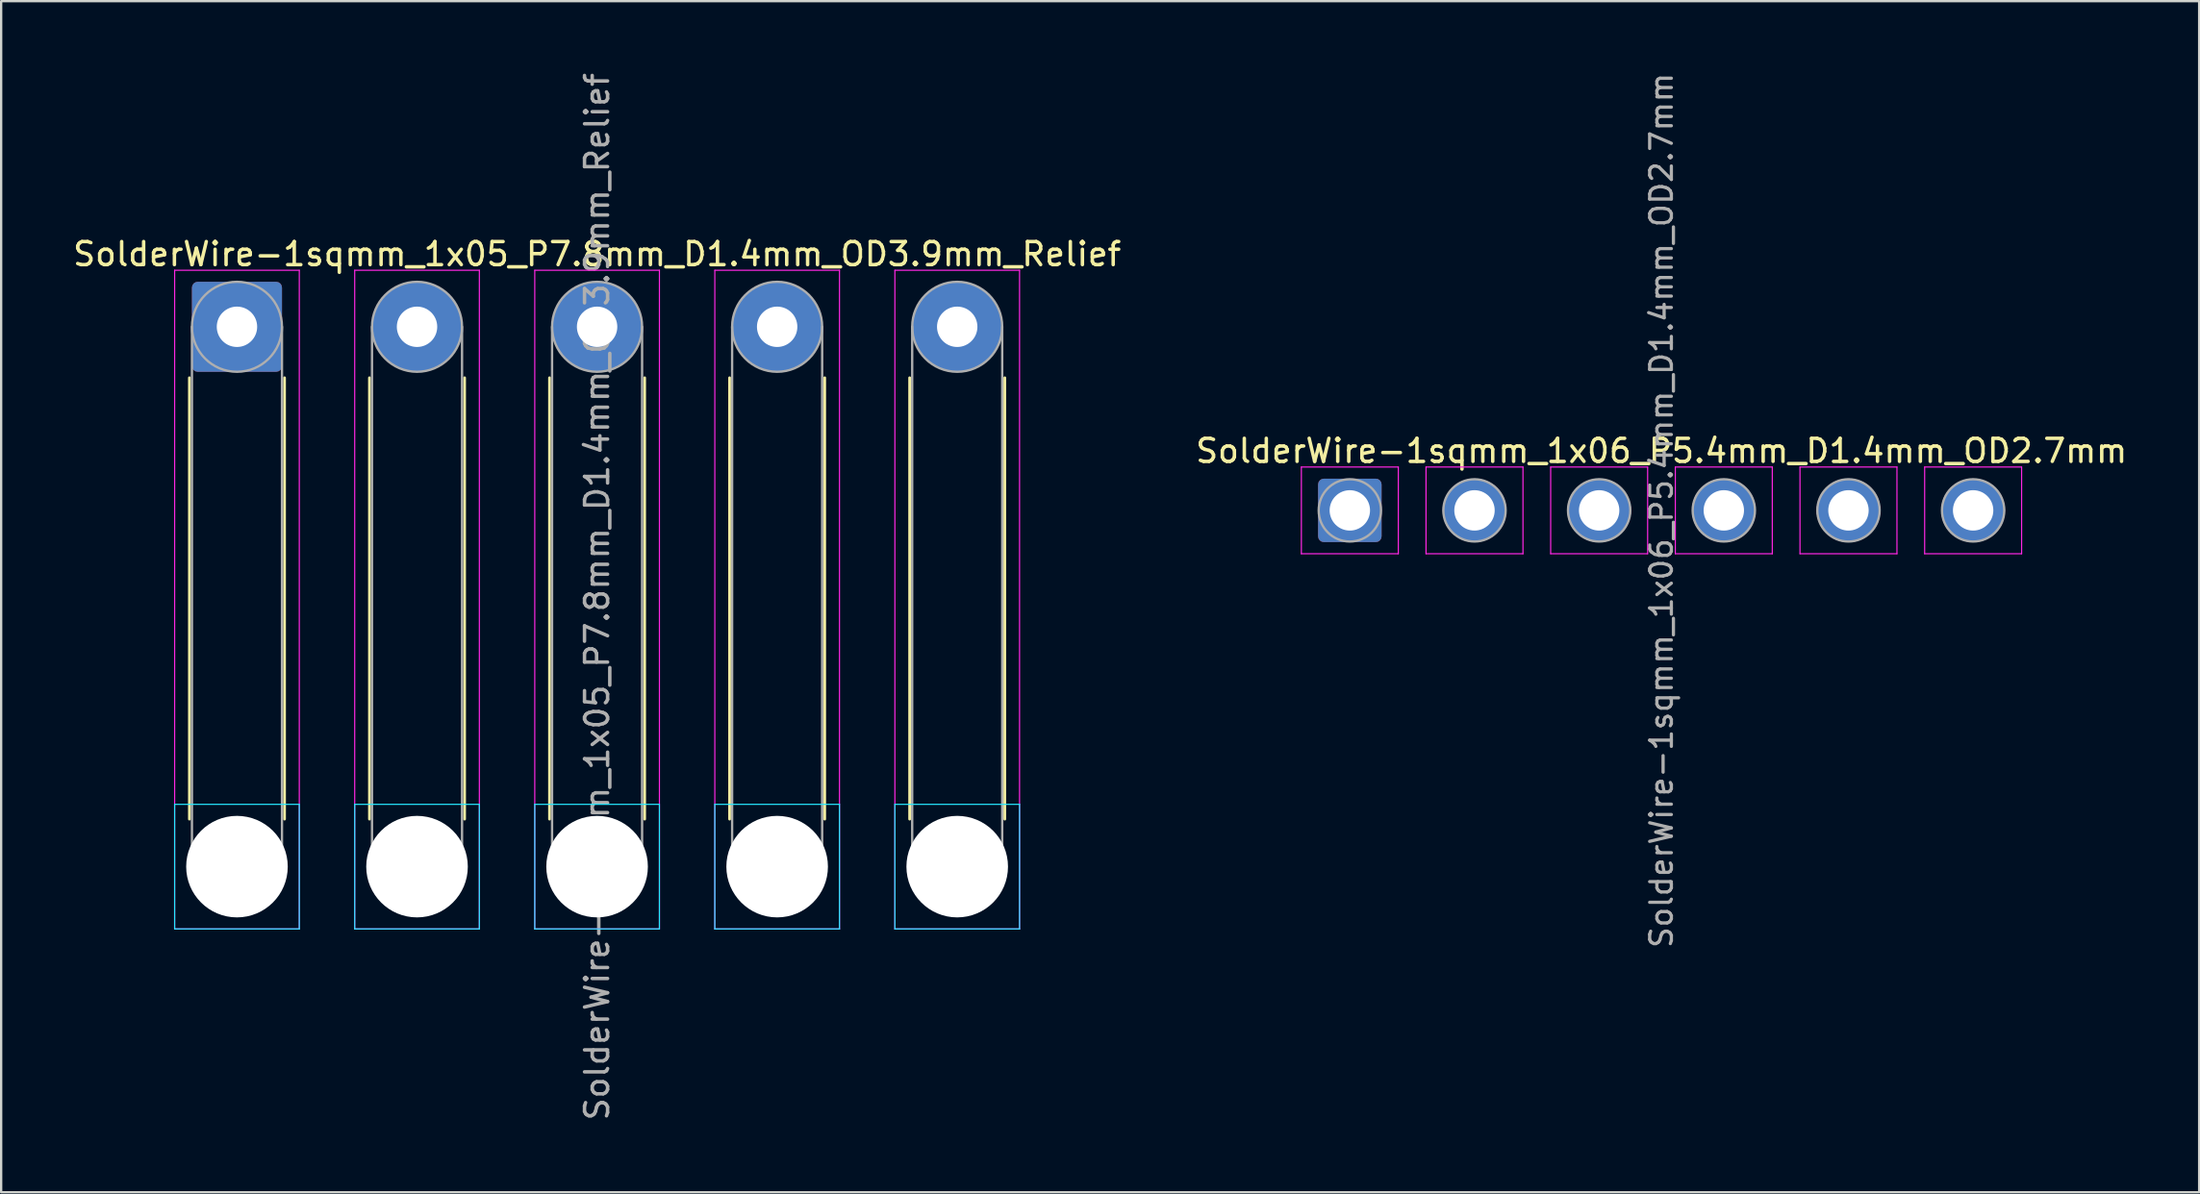
<source format=kicad_pcb>
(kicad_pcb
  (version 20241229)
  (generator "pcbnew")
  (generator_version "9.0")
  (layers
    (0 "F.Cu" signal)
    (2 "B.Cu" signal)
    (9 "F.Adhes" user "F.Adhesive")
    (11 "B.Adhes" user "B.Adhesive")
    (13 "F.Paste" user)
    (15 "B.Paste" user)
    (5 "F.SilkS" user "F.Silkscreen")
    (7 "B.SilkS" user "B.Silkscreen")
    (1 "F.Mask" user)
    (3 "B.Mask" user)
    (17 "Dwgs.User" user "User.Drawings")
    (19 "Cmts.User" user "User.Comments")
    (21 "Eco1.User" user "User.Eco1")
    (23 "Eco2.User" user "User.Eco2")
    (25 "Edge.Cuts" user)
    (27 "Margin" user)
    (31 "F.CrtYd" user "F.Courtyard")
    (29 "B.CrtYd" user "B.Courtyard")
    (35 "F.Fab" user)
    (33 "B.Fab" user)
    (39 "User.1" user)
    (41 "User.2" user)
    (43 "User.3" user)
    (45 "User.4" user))
  (footprint "SolderWire-1sqmm_1x06_P5.4mm_D1.4mm_OD2.7mm"
    (layer "F.Cu")
    (at 55.423 19.073)
    (property "Reference" "SolderWire-1sqmm_1x06_P5.4mm_D1.4mm_OD2.7mm" (at 13.5 -2.58 0) (layer "F.SilkS") (effects (font (size 1 1) (thickness 0.15))))
    (attr exclude_from_pos_files exclude_from_bom)
    (fp_line (start -2.1 -1.88) (end -2.1 1.88) (stroke (width 0.05) (type solid)) (layer "F.CrtYd"))
    (fp_line (start -2.1 1.88) (end 2.1 1.88) (stroke (width 0.05) (type solid)) (layer "F.CrtYd"))
    (fp_line (start 2.1 -1.88) (end -2.1 -1.88) (stroke (width 0.05) (type solid)) (layer "F.CrtYd"))
    (fp_line (start 2.1 1.88) (end 2.1 -1.88) (stroke (width 0.05) (type solid)) (layer "F.CrtYd"))
    (fp_line (start 3.3 -1.88) (end 3.3 1.88) (stroke (width 0.05) (type solid)) (layer "F.CrtYd"))
    (fp_line (start 3.3 1.88) (end 7.5 1.88) (stroke (width 0.05) (type solid)) (layer "F.CrtYd"))
    (fp_line (start 7.5 -1.88) (end 3.3 -1.88) (stroke (width 0.05) (type solid)) (layer "F.CrtYd"))
    (fp_line (start 7.5 1.88) (end 7.5 -1.88) (stroke (width 0.05) (type solid)) (layer "F.CrtYd"))
    (fp_line (start 8.7 -1.88) (end 8.7 1.88) (stroke (width 0.05) (type solid)) (layer "F.CrtYd"))
    (fp_line (start 8.7 1.88) (end 12.9 1.88) (stroke (width 0.05) (type solid)) (layer "F.CrtYd"))
    (fp_line (start 12.9 -1.88) (end 8.7 -1.88) (stroke (width 0.05) (type solid)) (layer "F.CrtYd"))
    (fp_line (start 12.9 1.88) (end 12.9 -1.88) (stroke (width 0.05) (type solid)) (layer "F.CrtYd"))
    (fp_line (start 14.1 -1.88) (end 14.1 1.88) (stroke (width 0.05) (type solid)) (layer "F.CrtYd"))
    (fp_line (start 14.1 1.88) (end 18.3 1.88) (stroke (width 0.05) (type solid)) (layer "F.CrtYd"))
    (fp_line (start 18.3 -1.88) (end 14.1 -1.88) (stroke (width 0.05) (type solid)) (layer "F.CrtYd"))
    (fp_line (start 18.3 1.88) (end 18.3 -1.88) (stroke (width 0.05) (type solid)) (layer "F.CrtYd"))
    (fp_line (start 19.5 -1.88) (end 19.5 1.88) (stroke (width 0.05) (type solid)) (layer "F.CrtYd"))
    (fp_line (start 19.5 1.88) (end 23.7 1.88) (stroke (width 0.05) (type solid)) (layer "F.CrtYd"))
    (fp_line (start 23.7 -1.88) (end 19.5 -1.88) (stroke (width 0.05) (type solid)) (layer "F.CrtYd"))
    (fp_line (start 23.7 1.88) (end 23.7 -1.88) (stroke (width 0.05) (type solid)) (layer "F.CrtYd"))
    (fp_line (start 24.9 -1.88) (end 24.9 1.88) (stroke (width 0.05) (type solid)) (layer "F.CrtYd"))
    (fp_line (start 24.9 1.88) (end 29.1 1.88) (stroke (width 0.05) (type solid)) (layer "F.CrtYd"))
    (fp_line (start 29.1 -1.88) (end 24.9 -1.88) (stroke (width 0.05) (type solid)) (layer "F.CrtYd"))
    (fp_line (start 29.1 1.88) (end 29.1 -1.88) (stroke (width 0.05) (type solid)) (layer "F.CrtYd"))
    (fp_circle (center 0 0) (end 1.35 0) (stroke (width 0.1) (type solid)) (fill no) (layer "F.Fab"))
    (fp_circle (center 5.4 0) (end 6.75 0) (stroke (width 0.1) (type solid)) (fill no) (layer "F.Fab"))
    (fp_circle (center 10.8 0) (end 12.15 0) (stroke (width 0.1) (type solid)) (fill no) (layer "F.Fab"))
    (fp_circle (center 16.2 0) (end 17.55 0) (stroke (width 0.1) (type solid)) (fill no) (layer "F.Fab"))
    (fp_circle (center 21.6 0) (end 22.95 0) (stroke (width 0.1) (type solid)) (fill no) (layer "F.Fab"))
    (fp_circle (center 27 0) (end 28.35 0) (stroke (width 0.1) (type solid)) (fill no) (layer "F.Fab"))
    (fp_text user "${REFERENCE}" (at 13.5 0 90) (layer "F.Fab") (effects (font (size 0.94 0.94) (thickness 0.14))))
    (pad "1" thru_hole roundrect (at 0 0) (size 2.75 2.75) (drill 1.75) (layers "*.Cu" "*.Mask") (roundrect_rratio 0.091))
    (pad "2" thru_hole circle (at 5.4 0) (size 2.75 2.75) (drill 1.75) (layers "*.Cu" "*.Mask"))
    (pad "3" thru_hole circle (at 10.8 0) (size 2.75 2.75) (drill 1.75) (layers "*.Cu" "*.Mask"))
    (pad "4" thru_hole circle (at 16.2 0) (size 2.75 2.75) (drill 1.75) (layers "*.Cu" "*.Mask"))
    (pad "5" thru_hole circle (at 21.6 0) (size 2.75 2.75) (drill 1.75) (layers "*.Cu" "*.Mask"))
    (pad "6" thru_hole circle (at 27 0) (size 2.75 2.75) (drill 1.75) (layers "*.Cu" "*.Mask")))
  (footprint "SolderWire-1sqmm_1x05_P7.8mm_D1.4mm_OD3.9mm_Relief"
    (layer "F.Cu")
    (at 7.215 11.115)
    (property "Reference" "SolderWire-1sqmm_1x05_P7.8mm_D1.4mm_OD3.9mm_Relief" (at 15.6 -3.15 0) (layer "F.SilkS") (effects (font (size 1 1) (thickness 0.15))))
    (attr exclude_from_pos_files exclude_from_bom)
    (fp_line (start -2.06 2.21) (end -2.06 21.34) (stroke (width 0.12) (type solid)) (layer "F.SilkS"))
    (fp_line (start 2.06 2.21) (end 2.06 21.34) (stroke (width 0.12) (type solid)) (layer "F.SilkS"))
    (fp_line (start 5.74 2.21) (end 5.74 21.34) (stroke (width 0.12) (type solid)) (layer "F.SilkS"))
    (fp_line (start 9.86 2.21) (end 9.86 21.34) (stroke (width 0.12) (type solid)) (layer "F.SilkS"))
    (fp_line (start 13.54 2.21) (end 13.54 21.34) (stroke (width 0.12) (type solid)) (layer "F.SilkS"))
    (fp_line (start 17.66 2.21) (end 17.66 21.34) (stroke (width 0.12) (type solid)) (layer "F.SilkS"))
    (fp_line (start 21.34 2.21) (end 21.34 21.34) (stroke (width 0.12) (type solid)) (layer "F.SilkS"))
    (fp_line (start 25.46 2.21) (end 25.46 21.34) (stroke (width 0.12) (type solid)) (layer "F.SilkS"))
    (fp_line (start 29.14 2.21) (end 29.14 21.34) (stroke (width 0.12) (type solid)) (layer "F.SilkS"))
    (fp_line (start 33.26 2.21) (end 33.26 21.34) (stroke (width 0.12) (type solid)) (layer "F.SilkS"))
    (fp_line (start -2.7 20.7) (end -2.7 26.1) (stroke (width 0.05) (type solid)) (layer "B.CrtYd"))
    (fp_line (start -2.7 26.1) (end 2.7 26.1) (stroke (width 0.05) (type solid)) (layer "B.CrtYd"))
    (fp_line (start 2.7 20.7) (end -2.7 20.7) (stroke (width 0.05) (type solid)) (layer "B.CrtYd"))
    (fp_line (start 2.7 26.1) (end 2.7 20.7) (stroke (width 0.05) (type solid)) (layer "B.CrtYd"))
    (fp_line (start 5.1 20.7) (end 5.1 26.1) (stroke (width 0.05) (type solid)) (layer "B.CrtYd"))
    (fp_line (start 5.1 26.1) (end 10.5 26.1) (stroke (width 0.05) (type solid)) (layer "B.CrtYd"))
    (fp_line (start 10.5 20.7) (end 5.1 20.7) (stroke (width 0.05) (type solid)) (layer "B.CrtYd"))
    (fp_line (start 10.5 26.1) (end 10.5 20.7) (stroke (width 0.05) (type solid)) (layer "B.CrtYd"))
    (fp_line (start 12.9 20.7) (end 12.9 26.1) (stroke (width 0.05) (type solid)) (layer "B.CrtYd"))
    (fp_line (start 12.9 26.1) (end 18.3 26.1) (stroke (width 0.05) (type solid)) (layer "B.CrtYd"))
    (fp_line (start 18.3 20.7) (end 12.9 20.7) (stroke (width 0.05) (type solid)) (layer "B.CrtYd"))
    (fp_line (start 18.3 26.1) (end 18.3 20.7) (stroke (width 0.05) (type solid)) (layer "B.CrtYd"))
    (fp_line (start 20.7 20.7) (end 20.7 26.1) (stroke (width 0.05) (type solid)) (layer "B.CrtYd"))
    (fp_line (start 20.7 26.1) (end 26.1 26.1) (stroke (width 0.05) (type solid)) (layer "B.CrtYd"))
    (fp_line (start 26.1 20.7) (end 20.7 20.7) (stroke (width 0.05) (type solid)) (layer "B.CrtYd"))
    (fp_line (start 26.1 26.1) (end 26.1 20.7) (stroke (width 0.05) (type solid)) (layer "B.CrtYd"))
    (fp_line (start 28.5 20.7) (end 28.5 26.1) (stroke (width 0.05) (type solid)) (layer "B.CrtYd"))
    (fp_line (start 28.5 26.1) (end 33.9 26.1) (stroke (width 0.05) (type solid)) (layer "B.CrtYd"))
    (fp_line (start 33.9 20.7) (end 28.5 20.7) (stroke (width 0.05) (type solid)) (layer "B.CrtYd"))
    (fp_line (start 33.9 26.1) (end 33.9 20.7) (stroke (width 0.05) (type solid)) (layer "B.CrtYd"))
    (fp_line (start -2.7 -2.45) (end -2.7 26.1) (stroke (width 0.05) (type solid)) (layer "F.CrtYd"))
    (fp_line (start -2.7 26.1) (end 2.7 26.1) (stroke (width 0.05) (type solid)) (layer "F.CrtYd"))
    (fp_line (start 2.7 -2.45) (end -2.7 -2.45) (stroke (width 0.05) (type solid)) (layer "F.CrtYd"))
    (fp_line (start 2.7 26.1) (end 2.7 -2.45) (stroke (width 0.05) (type solid)) (layer "F.CrtYd"))
    (fp_line (start 5.1 -2.45) (end 5.1 26.1) (stroke (width 0.05) (type solid)) (layer "F.CrtYd"))
    (fp_line (start 5.1 26.1) (end 10.5 26.1) (stroke (width 0.05) (type solid)) (layer "F.CrtYd"))
    (fp_line (start 10.5 -2.45) (end 5.1 -2.45) (stroke (width 0.05) (type solid)) (layer "F.CrtYd"))
    (fp_line (start 10.5 26.1) (end 10.5 -2.45) (stroke (width 0.05) (type solid)) (layer "F.CrtYd"))
    (fp_line (start 12.9 -2.45) (end 12.9 26.1) (stroke (width 0.05) (type solid)) (layer "F.CrtYd"))
    (fp_line (start 12.9 26.1) (end 18.3 26.1) (stroke (width 0.05) (type solid)) (layer "F.CrtYd"))
    (fp_line (start 18.3 -2.45) (end 12.9 -2.45) (stroke (width 0.05) (type solid)) (layer "F.CrtYd"))
    (fp_line (start 18.3 26.1) (end 18.3 -2.45) (stroke (width 0.05) (type solid)) (layer "F.CrtYd"))
    (fp_line (start 20.7 -2.45) (end 20.7 26.1) (stroke (width 0.05) (type solid)) (layer "F.CrtYd"))
    (fp_line (start 20.7 26.1) (end 26.1 26.1) (stroke (width 0.05) (type solid)) (layer "F.CrtYd"))
    (fp_line (start 26.1 -2.45) (end 20.7 -2.45) (stroke (width 0.05) (type solid)) (layer "F.CrtYd"))
    (fp_line (start 26.1 26.1) (end 26.1 -2.45) (stroke (width 0.05) (type solid)) (layer "F.CrtYd"))
    (fp_line (start 28.5 -2.45) (end 28.5 26.1) (stroke (width 0.05) (type solid)) (layer "F.CrtYd"))
    (fp_line (start 28.5 26.1) (end 33.9 26.1) (stroke (width 0.05) (type solid)) (layer "F.CrtYd"))
    (fp_line (start 33.9 -2.45) (end 28.5 -2.45) (stroke (width 0.05) (type solid)) (layer "F.CrtYd"))
    (fp_line (start 33.9 26.1) (end 33.9 -2.45) (stroke (width 0.05) (type solid)) (layer "F.CrtYd"))
    (fp_line (start -1.95 0) (end -1.95 23.4) (stroke (width 0.1) (type solid)) (layer "F.Fab"))
    (fp_line (start 1.95 0) (end 1.95 23.4) (stroke (width 0.1) (type solid)) (layer "F.Fab"))
    (fp_line (start 5.85 0) (end 5.85 23.4) (stroke (width 0.1) (type solid)) (layer "F.Fab"))
    (fp_line (start 9.75 0) (end 9.75 23.4) (stroke (width 0.1) (type solid)) (layer "F.Fab"))
    (fp_line (start 13.65 0) (end 13.65 23.4) (stroke (width 0.1) (type solid)) (layer "F.Fab"))
    (fp_line (start 17.55 0) (end 17.55 23.4) (stroke (width 0.1) (type solid)) (layer "F.Fab"))
    (fp_line (start 21.45 0) (end 21.45 23.4) (stroke (width 0.1) (type solid)) (layer "F.Fab"))
    (fp_line (start 25.35 0) (end 25.35 23.4) (stroke (width 0.1) (type solid)) (layer "F.Fab"))
    (fp_line (start 29.25 0) (end 29.25 23.4) (stroke (width 0.1) (type solid)) (layer "F.Fab"))
    (fp_line (start 33.15 0) (end 33.15 23.4) (stroke (width 0.1) (type solid)) (layer "F.Fab"))
    (fp_circle (center 0 0) (end 1.95 0) (stroke (width 0.1) (type solid)) (fill no) (layer "F.Fab"))
    (fp_circle (center 0 23.4) (end 1.95 23.4) (stroke (width 0.1) (type solid)) (fill no) (layer "F.Fab"))
    (fp_circle (center 7.8 0) (end 9.75 0) (stroke (width 0.1) (type solid)) (fill no) (layer "F.Fab"))
    (fp_circle (center 7.8 23.4) (end 9.75 23.4) (stroke (width 0.1) (type solid)) (fill no) (layer "F.Fab"))
    (fp_circle (center 15.6 0) (end 17.55 0) (stroke (width 0.1) (type solid)) (fill no) (layer "F.Fab"))
    (fp_circle (center 15.6 23.4) (end 17.55 23.4) (stroke (width 0.1) (type solid)) (fill no) (layer "F.Fab"))
    (fp_circle (center 23.4 0) (end 25.35 0) (stroke (width 0.1) (type solid)) (fill no) (layer "F.Fab"))
    (fp_circle (center 23.4 23.4) (end 25.35 23.4) (stroke (width 0.1) (type solid)) (fill no) (layer "F.Fab"))
    (fp_circle (center 31.2 0) (end 33.15 0) (stroke (width 0.1) (type solid)) (fill no) (layer "F.Fab"))
    (fp_circle (center 31.2 23.4) (end 33.15 23.4) (stroke (width 0.1) (type solid)) (fill no) (layer "F.Fab"))
    (fp_text user "${REFERENCE}" (at 15.6 11.7 90) (layer "F.Fab") (effects (font (size 1 1) (thickness 0.15))))
    (pad "" np_thru_hole circle (at 0 23.4) (size 4.4 4.4) (drill 4.4) (layers "*.Cu" "*.Mask"))
    (pad "" np_thru_hole circle (at 7.8 23.4) (size 4.4 4.4) (drill 4.4) (layers "*.Cu" "*.Mask"))
    (pad "" np_thru_hole circle (at 15.6 23.4) (size 4.4 4.4) (drill 4.4) (layers "*.Cu" "*.Mask"))
    (pad "" np_thru_hole circle (at 23.4 23.4) (size 4.4 4.4) (drill 4.4) (layers "*.Cu" "*.Mask"))
    (pad "" np_thru_hole circle (at 31.2 23.4) (size 4.4 4.4) (drill 4.4) (layers "*.Cu" "*.Mask"))
    (pad "1" thru_hole roundrect (at 0 0) (size 3.9 3.9) (drill 1.75) (layers "*.Cu" "*.Mask") (roundrect_rratio 0.064))
    (pad "2" thru_hole circle (at 7.8 0) (size 3.9 3.9) (drill 1.75) (layers "*.Cu" "*.Mask"))
    (pad "3" thru_hole circle (at 15.6 0) (size 3.9 3.9) (drill 1.75) (layers "*.Cu" "*.Mask"))
    (pad "4" thru_hole circle (at 23.4 0) (size 3.9 3.9) (drill 1.75) (layers "*.Cu" "*.Mask"))
    (pad "5" thru_hole circle (at 31.2 0) (size 3.9 3.9) (drill 1.75) (layers "*.Cu" "*.Mask")))
  (gr_rect
    (start -3 -3)
    (end 92.214 48.631)
    (stroke (width 0.1) (type default))
    (fill no)
    (layer "Edge.Cuts")))
</source>
